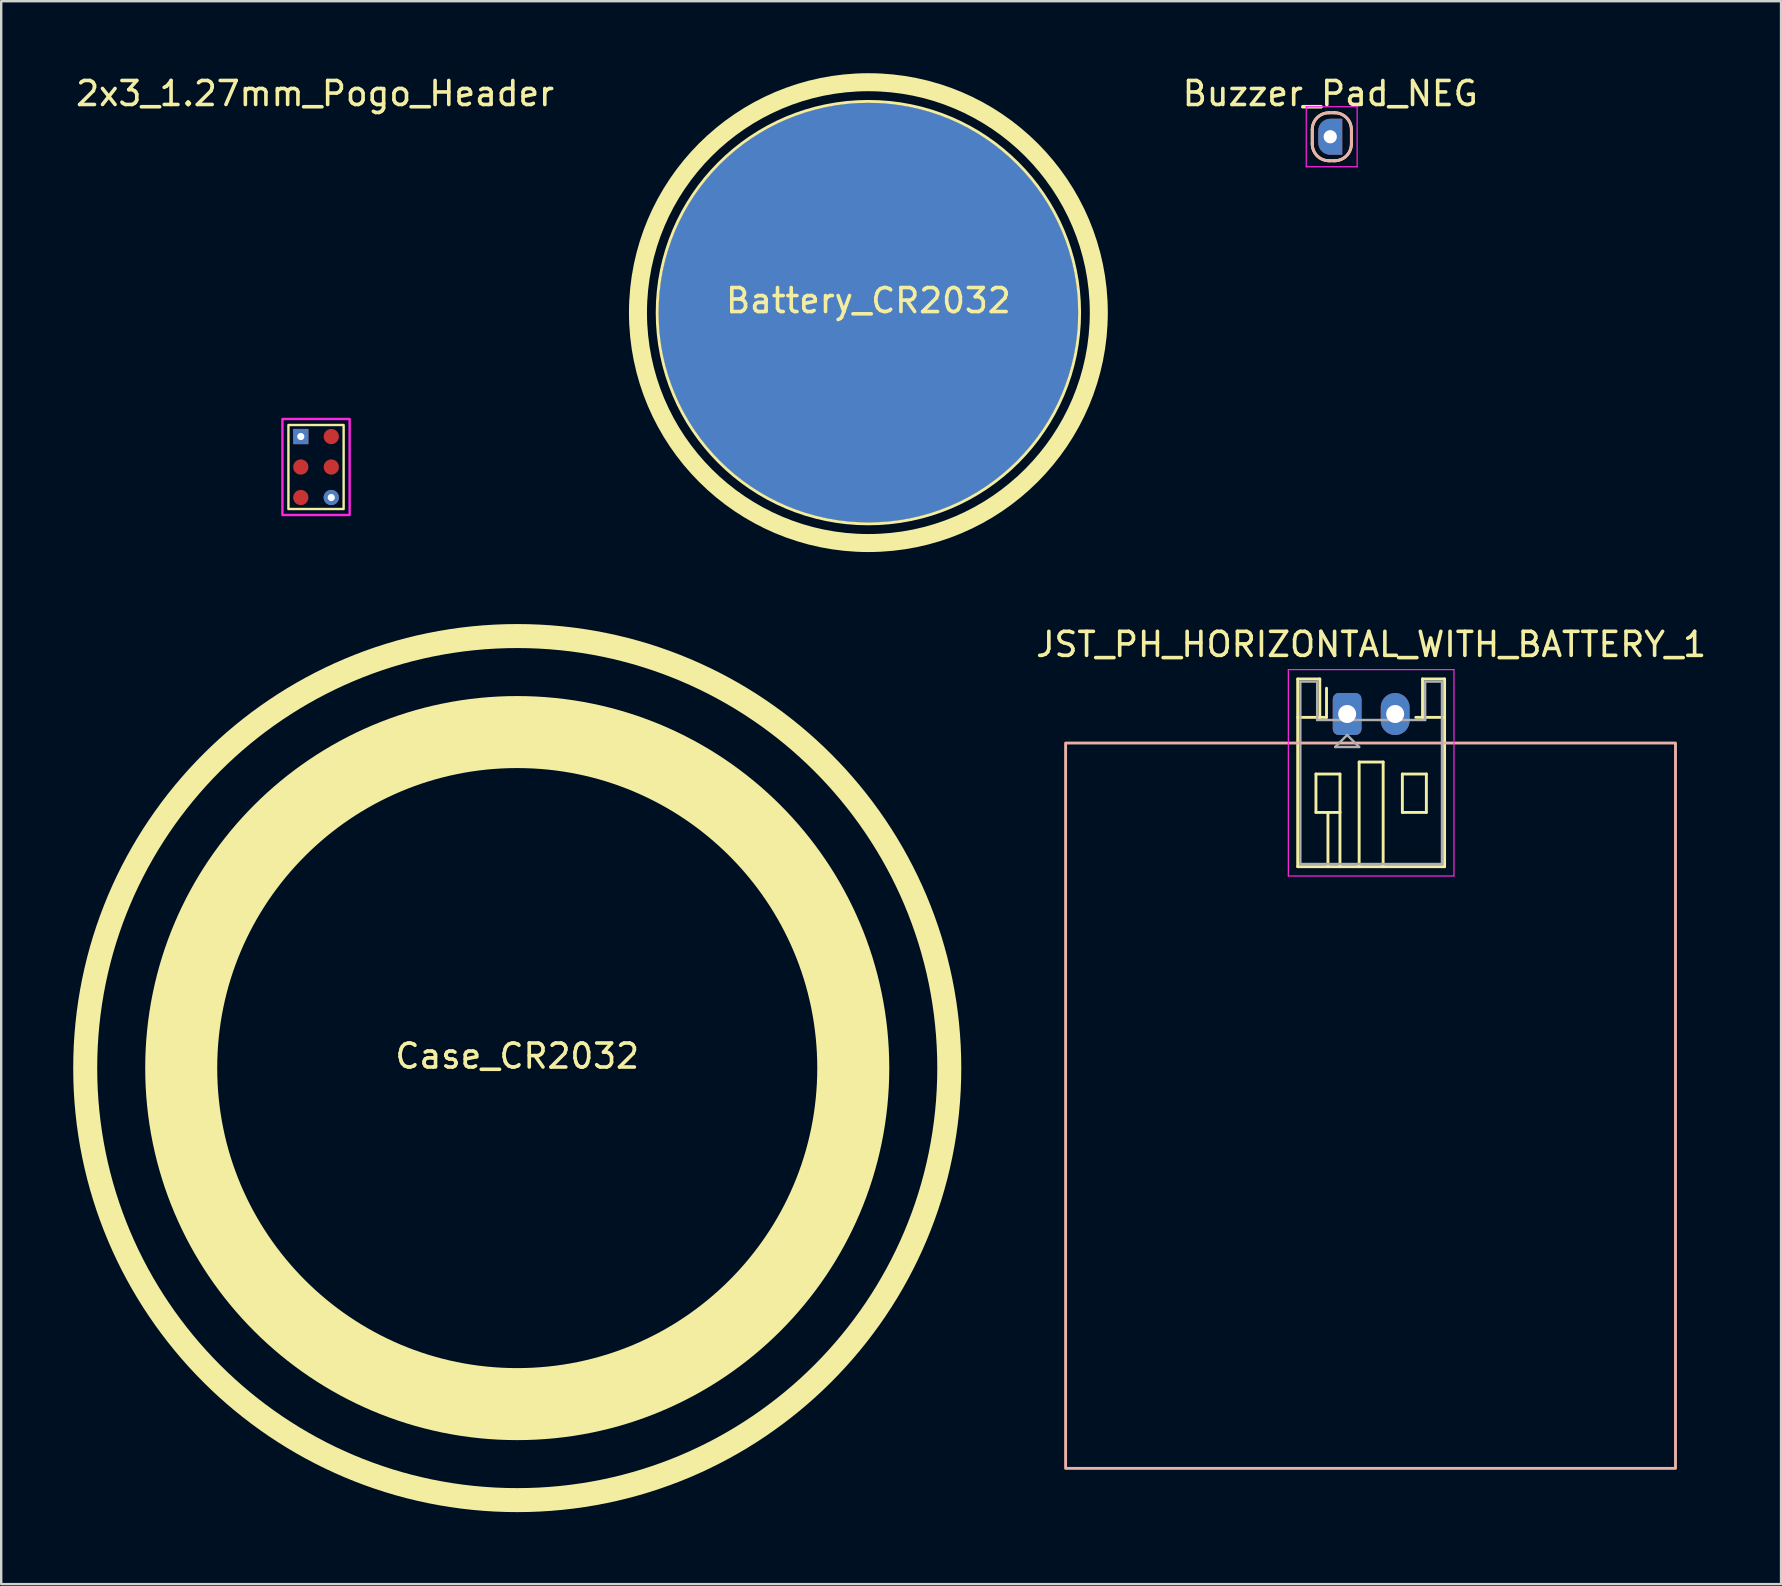
<source format=kicad_pcb>
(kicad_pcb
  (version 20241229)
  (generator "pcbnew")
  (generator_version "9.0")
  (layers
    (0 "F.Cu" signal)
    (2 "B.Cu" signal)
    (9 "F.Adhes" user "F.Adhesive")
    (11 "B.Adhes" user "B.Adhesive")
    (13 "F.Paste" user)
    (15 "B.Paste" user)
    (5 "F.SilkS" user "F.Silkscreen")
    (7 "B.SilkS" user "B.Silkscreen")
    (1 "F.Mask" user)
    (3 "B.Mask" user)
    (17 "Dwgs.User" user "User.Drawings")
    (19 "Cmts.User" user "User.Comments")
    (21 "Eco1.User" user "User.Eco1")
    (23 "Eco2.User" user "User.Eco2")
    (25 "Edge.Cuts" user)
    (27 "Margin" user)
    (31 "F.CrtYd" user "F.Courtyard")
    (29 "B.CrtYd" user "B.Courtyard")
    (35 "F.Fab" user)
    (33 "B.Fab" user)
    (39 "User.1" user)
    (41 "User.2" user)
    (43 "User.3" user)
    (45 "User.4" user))
  (footprint "2x3_1.27mm_Pogo_Header"
    (layer "F.Cu")
    (at 10.117 16.408)
    (property "Reference" "2x3_1.27mm_Pogo_Header" (at -0.04 -15.56 0) (unlocked yes) (layer "F.SilkS") (effects (font (size 1 1) (thickness 0.15))))
    (attr smd)
    (fp_rect (start -1.15 -1.75) (end 1.15 1.75) (stroke (width 0.1) (type default)) (fill no) (layer "F.SilkS"))
    (fp_rect (start -1.4 -2) (end 1.4 2) (stroke (width 0.1) (type default)) (fill no) (layer "F.CrtYd"))
    (pad "1" thru_hole rect (at -0.635 -1.27 270) (size 0.635 0.635) (drill 0.3) (layers "*.Cu" "*.Mask"))
    (pad "2" smd circle (at 0.635 -1.27 270) (size 0.635 0.635) (layers "F.Cu" "F.Mask"))
    (pad "3" smd circle (at -0.635 0.000001 270) (size 0.635 0.635) (layers "F.Cu" "F.Mask"))
    (pad "4" smd circle (at 0.635 -0.000002 270) (size 0.635 0.635) (layers "F.Cu" "F.Mask"))
    (pad "5" smd circle (at -0.635 1.27 270) (size 0.635 0.635) (layers "F.Cu" "F.Mask"))
    (pad "6" thru_hole circle (at 0.635 1.27 270) (size 0.635 0.635) (drill 0.3) (layers "*.Cu" "*.Mask")))
  (footprint "JST_PH_HORIZONTAL_WITH_BATTERY_1"
    (layer "F.Cu")
    (at 53.077 26.698)
    (property "Reference" "JST_PH_HORIZONTAL_WITH_BATTERY_1" (at 1 -2.9 180) (layer "F.SilkS") (effects (font (size 1 1) (thickness 0.15))))
    (attr through_hole)
    (fp_line (start -2.06 -1.46) (end -2.06 6.36) (stroke (width 0.12) (type solid)) (layer "F.SilkS"))
    (fp_line (start -2.06 0.14) (end -1.14 0.14) (stroke (width 0.12) (type solid)) (layer "F.SilkS"))
    (fp_line (start -2.06 6.36) (end 4.06 6.36) (stroke (width 0.12) (type solid)) (layer "F.SilkS"))
    (fp_line (start -1.3 2.5) (end -1.3 4.1) (stroke (width 0.12) (type solid)) (layer "F.SilkS"))
    (fp_line (start -1.3 4.1) (end -0.3 4.1) (stroke (width 0.12) (type solid)) (layer "F.SilkS"))
    (fp_line (start -1.14 -1.46) (end -2.06 -1.46) (stroke (width 0.12) (type solid)) (layer "F.SilkS"))
    (fp_line (start -1.14 0.14) (end -1.14 -1.46) (stroke (width 0.12) (type solid)) (layer "F.SilkS"))
    (fp_line (start -0.86 0.14) (end -1.14 0.14) (stroke (width 0.12) (type solid)) (layer "F.SilkS"))
    (fp_line (start -0.86 0.14) (end -0.86 -1.075) (stroke (width 0.12) (type solid)) (layer "F.SilkS"))
    (fp_line (start -0.8 4.1) (end -0.8 6.36) (stroke (width 0.12) (type solid)) (layer "F.SilkS"))
    (fp_line (start -0.3 2.5) (end -1.3 2.5) (stroke (width 0.12) (type solid)) (layer "F.SilkS"))
    (fp_line (start -0.3 4.1) (end -0.3 2.5) (stroke (width 0.12) (type solid)) (layer "F.SilkS"))
    (fp_line (start -0.3 4.1) (end -0.3 6.36) (stroke (width 0.12) (type solid)) (layer "F.SilkS"))
    (fp_line (start 0.5 2) (end 1.5 2) (stroke (width 0.12) (type solid)) (layer "F.SilkS"))
    (fp_line (start 0.5 6.36) (end 0.5 2) (stroke (width 0.12) (type solid)) (layer "F.SilkS"))
    (fp_line (start 1.5 2) (end 1.5 6.36) (stroke (width 0.12) (type solid)) (layer "F.SilkS"))
    (fp_line (start 2.3 2.5) (end 3.3 2.5) (stroke (width 0.12) (type solid)) (layer "F.SilkS"))
    (fp_line (start 2.3 4.1) (end 2.3 2.5) (stroke (width 0.12) (type solid)) (layer "F.SilkS"))
    (fp_line (start 3.14 -1.46) (end 3.14 0.14) (stroke (width 0.12) (type solid)) (layer "F.SilkS"))
    (fp_line (start 3.14 0.14) (end 2.86 0.14) (stroke (width 0.12) (type solid)) (layer "F.SilkS"))
    (fp_line (start 3.3 2.5) (end 3.3 4.1) (stroke (width 0.12) (type solid)) (layer "F.SilkS"))
    (fp_line (start 3.3 4.1) (end 2.3 4.1) (stroke (width 0.12) (type solid)) (layer "F.SilkS"))
    (fp_line (start 4.06 -1.46) (end 3.14 -1.46) (stroke (width 0.12) (type solid)) (layer "F.SilkS"))
    (fp_line (start 4.06 0.14) (end 3.14 0.14) (stroke (width 0.12) (type solid)) (layer "F.SilkS"))
    (fp_line (start 4.06 6.36) (end 4.06 -1.46) (stroke (width 0.12) (type solid)) (layer "F.SilkS"))
    (fp_rect (start -11.73 1.21) (end 13.68 31.43) (stroke (width 0.12) (type default)) (fill no) (layer "B.SilkS"))
    (fp_line (start -2.45 -1.85) (end -2.45 6.75) (stroke (width 0.05) (type solid)) (layer "F.CrtYd"))
    (fp_line (start -2.45 6.75) (end 4.45 6.75) (stroke (width 0.05) (type solid)) (layer "F.CrtYd"))
    (fp_line (start 4.45 -1.85) (end -2.45 -1.85) (stroke (width 0.05) (type solid)) (layer "F.CrtYd"))
    (fp_line (start 4.45 6.75) (end 4.45 -1.85) (stroke (width 0.05) (type solid)) (layer "F.CrtYd"))
    (fp_line (start -1.95 -1.35) (end -1.95 6.25) (stroke (width 0.1) (type solid)) (layer "F.Fab"))
    (fp_line (start -1.95 6.25) (end 3.95 6.25) (stroke (width 0.1) (type solid)) (layer "F.Fab"))
    (fp_line (start -1.25 -1.35) (end -1.95 -1.35) (stroke (width 0.1) (type solid)) (layer "F.Fab"))
    (fp_line (start -1.25 0.25) (end -1.25 -1.35) (stroke (width 0.1) (type solid)) (layer "F.Fab"))
    (fp_line (start -0.5 1.375) (end 0.5 1.375) (stroke (width 0.1) (type solid)) (layer "F.Fab"))
    (fp_line (start 0 0.875) (end -0.5 1.375) (stroke (width 0.1) (type solid)) (layer "F.Fab"))
    (fp_line (start 0.5 1.375) (end 0 0.875) (stroke (width 0.1) (type solid)) (layer "F.Fab"))
    (fp_line (start 3.25 -1.35) (end 3.25 0.25) (stroke (width 0.1) (type solid)) (layer "F.Fab"))
    (fp_line (start 3.25 0.25) (end -1.25 0.25) (stroke (width 0.1) (type solid)) (layer "F.Fab"))
    (fp_line (start 3.95 -1.35) (end 3.25 -1.35) (stroke (width 0.1) (type solid)) (layer "F.Fab"))
    (fp_line (start 3.95 6.25) (end 3.95 -1.35) (stroke (width 0.1) (type solid)) (layer "F.Fab"))
    (pad "1" thru_hole roundrect (at 0 0) (size 1.2 1.75) (drill 0.75) (layers "*.Cu" "*.Mask") (roundrect_rratio 0.208))
    (pad "2" thru_hole oval (at 2 0) (size 1.2 1.75) (drill 0.75) (layers "*.Cu" "*.Mask")))
  (footprint "Buzzer_Pad_NEG"
    (layer "F.Cu")
    (at 52.373 2.648)
    (property "Reference" "Buzzer_Pad_NEG" (at 0 -1.8 180) (layer "F.SilkS") (effects (font (size 1 1) (thickness 0.15))))
    (attr exclude_from_pos_files)
    (fp_line (start -0.75 0.3) (end -0.75 -0.3) (stroke (width 0.12) (type solid)) (layer "F.SilkS"))
    (fp_line (start -0.05 1) (end 0.18 1) (stroke (width 0.12) (type solid)) (layer "F.SilkS"))
    (fp_line (start -0.05 -1) (end 0.18 -1) (stroke (width 0.12) (type solid)) (layer "F.SilkS"))
    (fp_line (start 0.88 -0.3) (end 0.88 0.3) (stroke (width 0.12) (type solid)) (layer "F.SilkS"))
    (fp_arc (start -0.75 -0.299999) (mid -0.544974 -0.794974) (end -0.049998 -1.000003) (stroke (width 0.12) (type solid)) (layer "F.SilkS"))
    (fp_arc (start -0.05 1.000001) (mid -0.544974 0.794976) (end -0.749997 0.300001) (stroke (width 0.12) (type solid)) (layer "F.SilkS"))
    (fp_arc (start 0.179998 -1) (mid 0.674974 -0.794977) (end 0.88 -0.300003) (stroke (width 0.12) (type solid)) (layer "F.SilkS"))
    (fp_arc (start 0.879999 0.300001) (mid 0.674972 0.794971) (end 0.180002 0.999997) (stroke (width 0.12) (type solid)) (layer "F.SilkS"))
    (fp_line (start -0.75 -0.3) (end -0.75 0.3) (stroke (width 0.12) (type solid)) (layer "B.SilkS"))
    (fp_line (start 0.18 -1) (end -0.05 -1) (stroke (width 0.12) (type solid)) (layer "B.SilkS"))
    (fp_line (start 0.18 1) (end -0.05 1) (stroke (width 0.12) (type solid)) (layer "B.SilkS"))
    (fp_line (start 0.88 0.3) (end 0.88 -0.3) (stroke (width 0.12) (type solid)) (layer "B.SilkS"))
    (fp_arc (start -0.749998 -0.300004) (mid -0.544972 -0.794978) (end -0.049996 -1.000001) (stroke (width 0.12) (type solid)) (layer "B.SilkS"))
    (fp_arc (start -0.05 0.999996) (mid -0.54497 0.79497) (end -0.749997 0.3) (stroke (width 0.12) (type solid)) (layer "B.SilkS"))
    (fp_arc (start 0.18 -1.000004) (mid 0.674975 -0.794976) (end 0.880002 -0.3) (stroke (width 0.12) (type solid)) (layer "B.SilkS"))
    (fp_arc (start 0.879999 0.3) (mid 0.674976 0.794975) (end 0.180002 1) (stroke (width 0.12) (type solid)) (layer "B.SilkS"))
    (fp_line (start -1 -1.25) (end -1 1.25) (stroke (width 0.05) (type solid)) (layer "F.CrtYd"))
    (fp_line (start -1 -1.25) (end 1.12 -1.25) (stroke (width 0.05) (type solid)) (layer "F.CrtYd"))
    (fp_line (start 1.12 1.25) (end -1 1.25) (stroke (width 0.05) (type solid)) (layer "F.CrtYd"))
    (fp_line (start 1.12 1.25) (end 1.12 -1.25) (stroke (width 0.05) (type solid)) (layer "F.CrtYd"))
    (pad "2" thru_hole circle (at 0 0) (size 0.6 0.6) (drill 0.55) (layers "*.Cu" "*.Mask"))
    (pad "2" smd custom (at 0 0) (size 1 0.5) (layers "F.Cu" "F.Mask") (options (anchor rect)) (primitives (gr_circle (center 0 0.25) (end 0.5 0.25) (width 0) (fill yes)) (gr_circle (center 0 -0.25) (end 0.5 -0.25) (width 0) (fill yes)) (gr_poly (pts (xy 0.5 0.75) (xy 0 0.75) (xy 0 -0.75) (xy 0.5 -0.75)) (width 0) (fill yes))))
    (pad "2" smd custom (at 0 0) (size 1 0.5) (layers "B.Cu" "B.Mask") (options (anchor rect)) (primitives (gr_circle (center 0 0.25) (end 0.5 0.25) (width 0) (fill yes)) (gr_circle (center 0 -0.25) (end 0.5 -0.25) (width 0) (fill yes)) (gr_poly (pts (xy 0.5 0.75) (xy 0 0.75) (xy 0 -0.75) (xy 0.5 -0.75)) (width 0) (fill yes)))))
  (footprint "Case_CR2032"
    (layer "F.Cu")
    (at 18.5 41.45)
    (property "Reference" "Case_CR2032" (at 0 -0.5 0) (unlocked yes) (layer "F.SilkS") (effects (font (size 1 1) (thickness 0.15))))
    (fp_circle (center 0 0) (end 14 0) (stroke (width 3) (type solid)) (fill no) (layer "F.SilkS"))
    (fp_circle (center 0 0) (end 18 0) (stroke (width 1) (type solid)) (fill no) (layer "F.SilkS")))
  (footprint "Battery_CR2032"
    (layer "F.Cu")
    (at 33.13 9.975)
    (property "Reference" "Battery_CR2032" (at 0 -0.5 0) (unlocked yes) (layer "F.SilkS") (effects (font (size 1 1) (thickness 0.15))))
    (fp_circle (center 0 0) (end 8.8 0) (stroke (width 0.12) (type default)) (fill no) (layer "F.SilkS"))
    (fp_circle (center 0 0) (end 9.6 0) (stroke (width 0.75) (type default)) (fill no) (layer "F.SilkS"))
    (pad "1" smd circle (at 0 0) (size 17.5 17.5) (layers "B.Cu" "B.Mask" "B.Paste")))
  (gr_rect
    (start -3 -3)
    (end 71.155 62.95)
    (stroke (width 0.1) (type default))
    (fill no)
    (layer "Edge.Cuts")))
</source>
